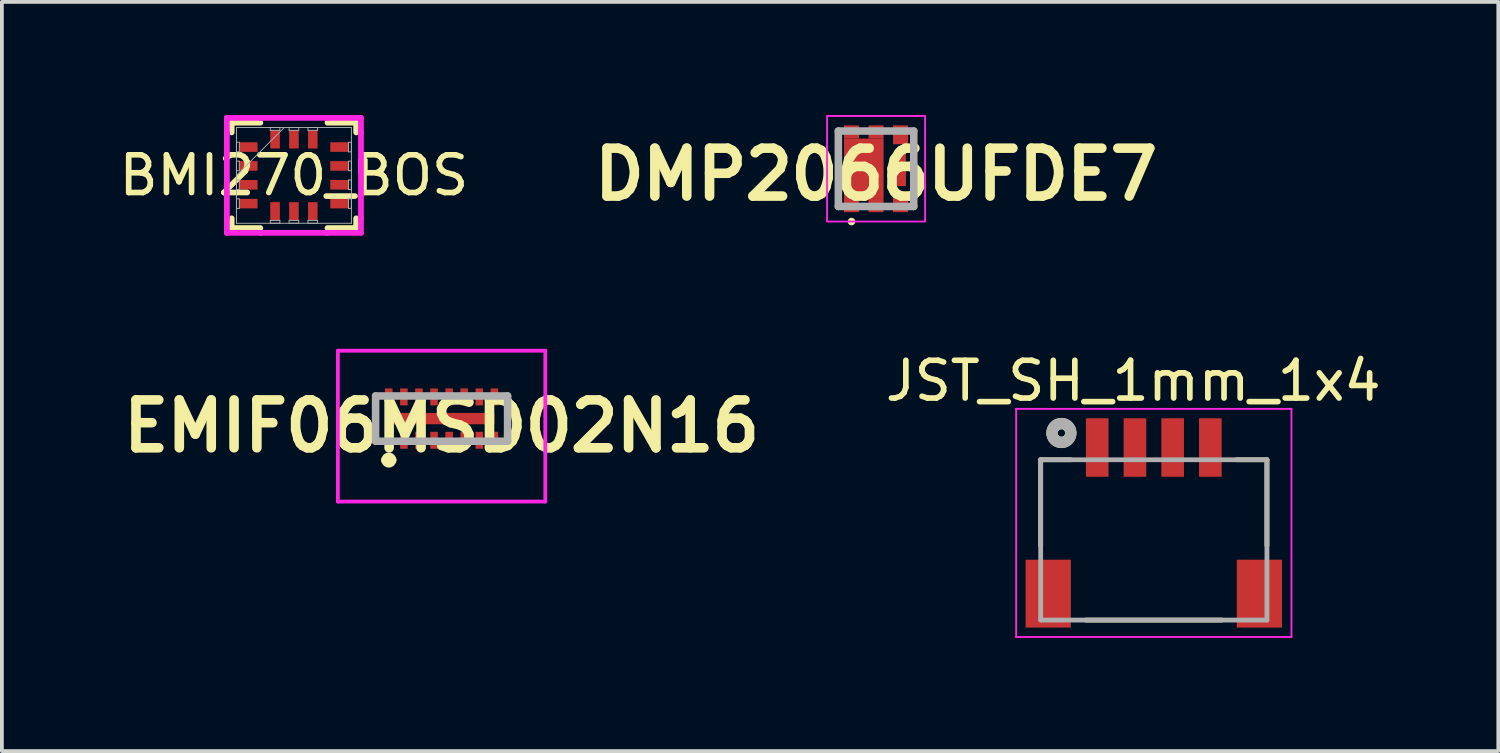
<source format=kicad_pcb>
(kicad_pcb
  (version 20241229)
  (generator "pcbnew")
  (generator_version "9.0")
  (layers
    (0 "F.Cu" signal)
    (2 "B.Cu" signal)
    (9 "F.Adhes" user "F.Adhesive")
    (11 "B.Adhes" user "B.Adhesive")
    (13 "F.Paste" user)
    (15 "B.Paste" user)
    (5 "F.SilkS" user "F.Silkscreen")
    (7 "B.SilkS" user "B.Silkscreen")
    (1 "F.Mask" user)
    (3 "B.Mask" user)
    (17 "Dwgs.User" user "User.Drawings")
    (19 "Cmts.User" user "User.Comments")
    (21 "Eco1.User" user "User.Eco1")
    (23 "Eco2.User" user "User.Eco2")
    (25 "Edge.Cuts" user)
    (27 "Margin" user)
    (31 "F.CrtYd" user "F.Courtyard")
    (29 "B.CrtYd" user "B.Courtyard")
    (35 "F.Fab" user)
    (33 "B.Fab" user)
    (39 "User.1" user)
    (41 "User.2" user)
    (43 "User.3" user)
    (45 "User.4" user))
  (footprint "EMIF06MSD02N16"
    (layer "F.Cu")
    (at 8.66 8.25)
    (property "Reference" "EMIF06MSD02N16" (at 0 0 0) (layer "F.SilkS") (effects (font (size 1.27 1.27) (thickness 0.254))))
    (attr smd)
    (fp_line (start -1.75 -0.8) (end -1.75 0.4) (stroke (width 0.1) (type solid)) (layer "F.SilkS"))
    (fp_line (start -1.5 0.9) (end -1.5 0.9) (stroke (width 0.2) (type solid)) (layer "F.SilkS"))
    (fp_line (start -1.3 0.9) (end -1.3 0.9) (stroke (width 0.2) (type solid)) (layer "F.SilkS"))
    (fp_line (start 1.75 -0.8) (end 1.75 0.4) (stroke (width 0.1) (type solid)) (layer "F.SilkS"))
    (fp_arc (start -1.5 0.9) (mid -1.4 0.8) (end -1.3 0.9) (stroke (width 0.2) (type solid)) (layer "F.SilkS"))
    (fp_arc (start -1.3 0.9) (mid -1.4 1) (end -1.5 0.9) (stroke (width 0.2) (type solid)) (layer "F.SilkS"))
    (fp_line (start -2.75 -2) (end 2.75 -2) (stroke (width 0.1) (type solid)) (layer "F.CrtYd"))
    (fp_line (start -2.75 2) (end -2.75 -2) (stroke (width 0.1) (type solid)) (layer "F.CrtYd"))
    (fp_line (start 2.75 -2) (end 2.75 2) (stroke (width 0.1) (type solid)) (layer "F.CrtYd"))
    (fp_line (start 2.75 2) (end -2.75 2) (stroke (width 0.1) (type solid)) (layer "F.CrtYd"))
    (fp_line (start -1.75 -0.8) (end 1.75 -0.8) (stroke (width 0.2) (type solid)) (layer "F.Fab"))
    (fp_line (start -1.75 0.4) (end -1.75 -0.8) (stroke (width 0.2) (type solid)) (layer "F.Fab"))
    (fp_line (start 1.75 -0.8) (end 1.75 0.4) (stroke (width 0.2) (type solid)) (layer "F.Fab"))
    (fp_line (start 1.75 0.4) (end -1.75 0.4) (stroke (width 0.2) (type solid)) (layer "F.Fab"))
    (pad "1" smd rect (at -1.4 0.375) (size 0.2 0.45) (layers "F.Cu" "F.Mask" "F.Paste"))
    (pad "2" smd rect (at -1 0.375) (size 0.2 0.45) (layers "F.Cu" "F.Mask" "F.Paste"))
    (pad "3" smd rect (at -0.6 0.375) (size 0.2 0.45) (layers "F.Cu" "F.Mask" "F.Paste"))
    (pad "4" smd rect (at -0.2 0.375) (size 0.2 0.45) (layers "F.Cu" "F.Mask" "F.Paste"))
    (pad "5" smd rect (at 0.2 0.375) (size 0.2 0.45) (layers "F.Cu" "F.Mask" "F.Paste"))
    (pad "6" smd rect (at 0.6 0.375) (size 0.2 0.45) (layers "F.Cu" "F.Mask" "F.Paste"))
    (pad "7" smd rect (at 1 0.375) (size 0.2 0.45) (layers "F.Cu" "F.Mask" "F.Paste"))
    (pad "8" smd rect (at 1.4 0.375) (size 0.2 0.45) (layers "F.Cu" "F.Mask" "F.Paste"))
    (pad "9" smd rect (at 1.4 -0.775) (size 0.2 0.45) (layers "F.Cu" "F.Mask" "F.Paste"))
    (pad "10" smd rect (at 1 -0.775) (size 0.2 0.45) (layers "F.Cu" "F.Mask" "F.Paste"))
    (pad "11" smd rect (at 0.6 -0.775) (size 0.2 0.45) (layers "F.Cu" "F.Mask" "F.Paste"))
    (pad "12" smd rect (at 0.2 -0.775) (size 0.2 0.45) (layers "F.Cu" "F.Mask" "F.Paste"))
    (pad "13" smd rect (at -0.2 -0.775) (size 0.2 0.45) (layers "F.Cu" "F.Mask" "F.Paste"))
    (pad "14" smd rect (at -0.6 -0.775) (size 0.2 0.45) (layers "F.Cu" "F.Mask" "F.Paste"))
    (pad "15" smd rect (at -1 -0.775) (size 0.2 0.45) (layers "F.Cu" "F.Mask" "F.Paste"))
    (pad "16" smd rect (at -1.4 -0.775) (size 0.2 0.45) (layers "F.Cu" "F.Mask" "F.Paste"))
    (pad "17" smd rect (at 0 -0.2 90) (size 0.3 2.8) (layers "F.Cu" "F.Mask" "F.Paste")))
  (footprint "BMI270_BOS"
    (layer "F.Cu")
    (at 4.744 1.6)
    (property "Reference" "BMI270_BOS" (at 0 0 0) (unlocked yes) (layer "F.SilkS") (effects (font (size 1 1) (thickness 0.15))))
    (attr smd)
    (fp_line (start -1.651 -1.397) (end -1.651 -1.14) (stroke (width 0.152) (type solid)) (layer "F.SilkS"))
    (fp_line (start -1.651 1.14) (end -1.651 1.397) (stroke (width 0.152) (type solid)) (layer "F.SilkS"))
    (fp_line (start -1.651 1.397) (end -0.89 1.397) (stroke (width 0.152) (type solid)) (layer "F.SilkS"))
    (fp_line (start -0.89 -1.397) (end -1.651 -1.397) (stroke (width 0.152) (type solid)) (layer "F.SilkS"))
    (fp_line (start 0.89 1.397) (end 1.651 1.397) (stroke (width 0.152) (type solid)) (layer "F.SilkS"))
    (fp_line (start 1.651 -1.397) (end 0.89 -1.397) (stroke (width 0.152) (type solid)) (layer "F.SilkS"))
    (fp_line (start 1.651 -1.14) (end 1.651 -1.397) (stroke (width 0.152) (type solid)) (layer "F.SilkS"))
    (fp_line (start 1.651 1.397) (end 1.651 1.14) (stroke (width 0.152) (type solid)) (layer "F.SilkS"))
    (fp_poly (pts (xy 1.956 -0.441) (xy 1.956 -0.059) (xy 1.702 -0.059) (xy 1.702 -0.441)) (stroke (width 0) (type solid)) (fill yes) (layer "F.SilkS"))
    (fp_line (start -1.778 -1.524) (end -0.881 -1.524) (stroke (width 0.152) (type solid)) (layer "F.CrtYd"))
    (fp_line (start -1.778 -1.131) (end -1.778 -1.524) (stroke (width 0.152) (type solid)) (layer "F.CrtYd"))
    (fp_line (start -1.778 -1.131) (end -1.778 -1.131) (stroke (width 0.152) (type solid)) (layer "F.CrtYd"))
    (fp_line (start -1.778 1.131) (end -1.778 -1.131) (stroke (width 0.152) (type solid)) (layer "F.CrtYd"))
    (fp_line (start -1.778 1.131) (end -1.778 1.131) (stroke (width 0.152) (type solid)) (layer "F.CrtYd"))
    (fp_line (start -1.778 1.524) (end -1.778 1.131) (stroke (width 0.152) (type solid)) (layer "F.CrtYd"))
    (fp_line (start -0.881 -1.524) (end -0.881 -1.524) (stroke (width 0.152) (type solid)) (layer "F.CrtYd"))
    (fp_line (start -0.881 -1.524) (end 0.881 -1.524) (stroke (width 0.152) (type solid)) (layer "F.CrtYd"))
    (fp_line (start -0.881 1.524) (end -1.778 1.524) (stroke (width 0.152) (type solid)) (layer "F.CrtYd"))
    (fp_line (start -0.881 1.524) (end -0.881 1.524) (stroke (width 0.152) (type solid)) (layer "F.CrtYd"))
    (fp_line (start 0.881 -1.524) (end 0.881 -1.524) (stroke (width 0.152) (type solid)) (layer "F.CrtYd"))
    (fp_line (start 0.881 -1.524) (end 1.778 -1.524) (stroke (width 0.152) (type solid)) (layer "F.CrtYd"))
    (fp_line (start 0.881 1.524) (end -0.881 1.524) (stroke (width 0.152) (type solid)) (layer "F.CrtYd"))
    (fp_line (start 0.881 1.524) (end 0.881 1.524) (stroke (width 0.152) (type solid)) (layer "F.CrtYd"))
    (fp_line (start 1.778 -1.524) (end 1.778 -1.131) (stroke (width 0.152) (type solid)) (layer "F.CrtYd"))
    (fp_line (start 1.778 -1.131) (end 1.778 -1.131) (stroke (width 0.152) (type solid)) (layer "F.CrtYd"))
    (fp_line (start 1.778 -1.131) (end 1.778 1.131) (stroke (width 0.152) (type solid)) (layer "F.CrtYd"))
    (fp_line (start 1.778 1.131) (end 1.778 1.131) (stroke (width 0.152) (type solid)) (layer "F.CrtYd"))
    (fp_line (start 1.778 1.131) (end 1.778 1.524) (stroke (width 0.152) (type solid)) (layer "F.CrtYd"))
    (fp_line (start 1.778 1.524) (end 0.881 1.524) (stroke (width 0.152) (type solid)) (layer "F.CrtYd"))
    (fp_line (start -1.524 -1.27) (end -1.524 -1.27) (stroke (width 0.025) (type solid)) (layer "F.Fab"))
    (fp_line (start -1.524 -1.27) (end -1.524 1.27) (stroke (width 0.025) (type solid)) (layer "F.Fab"))
    (fp_line (start -1.524 -0.877) (end -1.448 -0.877) (stroke (width 0.025) (type solid)) (layer "F.Fab"))
    (fp_line (start -1.524 -0.623) (end -1.524 -0.877) (stroke (width 0.025) (type solid)) (layer "F.Fab"))
    (fp_line (start -1.524 -0.377) (end -1.448 -0.377) (stroke (width 0.025) (type solid)) (layer "F.Fab"))
    (fp_line (start -1.524 -0.123) (end -1.524 -0.377) (stroke (width 0.025) (type solid)) (layer "F.Fab"))
    (fp_line (start -1.524 0) (end -0.254 -1.27) (stroke (width 0.025) (type solid)) (layer "F.Fab"))
    (fp_line (start -1.524 0.123) (end -1.448 0.123) (stroke (width 0.025) (type solid)) (layer "F.Fab"))
    (fp_line (start -1.524 0.377) (end -1.524 0.123) (stroke (width 0.025) (type solid)) (layer "F.Fab"))
    (fp_line (start -1.524 0.623) (end -1.448 0.623) (stroke (width 0.025) (type solid)) (layer "F.Fab"))
    (fp_line (start -1.524 0.877) (end -1.524 0.623) (stroke (width 0.025) (type solid)) (layer "F.Fab"))
    (fp_line (start -1.524 1.27) (end -1.524 1.27) (stroke (width 0.025) (type solid)) (layer "F.Fab"))
    (fp_line (start -1.524 1.27) (end 1.524 1.27) (stroke (width 0.025) (type solid)) (layer "F.Fab"))
    (fp_line (start -1.448 -0.877) (end -1.448 -0.623) (stroke (width 0.025) (type solid)) (layer "F.Fab"))
    (fp_line (start -1.448 -0.623) (end -1.524 -0.623) (stroke (width 0.025) (type solid)) (layer "F.Fab"))
    (fp_line (start -1.448 -0.377) (end -1.448 -0.123) (stroke (width 0.025) (type solid)) (layer "F.Fab"))
    (fp_line (start -1.448 -0.123) (end -1.524 -0.123) (stroke (width 0.025) (type solid)) (layer "F.Fab"))
    (fp_line (start -1.448 0.123) (end -1.448 0.377) (stroke (width 0.025) (type solid)) (layer "F.Fab"))
    (fp_line (start -1.448 0.377) (end -1.524 0.377) (stroke (width 0.025) (type solid)) (layer "F.Fab"))
    (fp_line (start -1.448 0.623) (end -1.448 0.877) (stroke (width 0.025) (type solid)) (layer "F.Fab"))
    (fp_line (start -1.448 0.877) (end -1.524 0.877) (stroke (width 0.025) (type solid)) (layer "F.Fab"))
    (fp_line (start -0.627 -1.27) (end -0.373 -1.27) (stroke (width 0.025) (type solid)) (layer "F.Fab"))
    (fp_line (start -0.627 -1.194) (end -0.627 -1.27) (stroke (width 0.025) (type solid)) (layer "F.Fab"))
    (fp_line (start -0.627 1.194) (end -0.373 1.194) (stroke (width 0.025) (type solid)) (layer "F.Fab"))
    (fp_line (start -0.627 1.27) (end -0.627 1.194) (stroke (width 0.025) (type solid)) (layer "F.Fab"))
    (fp_line (start -0.373 -1.27) (end -0.373 -1.194) (stroke (width 0.025) (type solid)) (layer "F.Fab"))
    (fp_line (start -0.373 -1.194) (end -0.627 -1.194) (stroke (width 0.025) (type solid)) (layer "F.Fab"))
    (fp_line (start -0.373 1.194) (end -0.373 1.27) (stroke (width 0.025) (type solid)) (layer "F.Fab"))
    (fp_line (start -0.373 1.27) (end -0.627 1.27) (stroke (width 0.025) (type solid)) (layer "F.Fab"))
    (fp_line (start -0.127 -1.27) (end 0.127 -1.27) (stroke (width 0.025) (type solid)) (layer "F.Fab"))
    (fp_line (start -0.127 -1.194) (end -0.127 -1.27) (stroke (width 0.025) (type solid)) (layer "F.Fab"))
    (fp_line (start -0.127 1.194) (end 0.127 1.194) (stroke (width 0.025) (type solid)) (layer "F.Fab"))
    (fp_line (start -0.127 1.27) (end -0.127 1.194) (stroke (width 0.025) (type solid)) (layer "F.Fab"))
    (fp_line (start 0.127 -1.27) (end 0.127 -1.194) (stroke (width 0.025) (type solid)) (layer "F.Fab"))
    (fp_line (start 0.127 -1.194) (end -0.127 -1.194) (stroke (width 0.025) (type solid)) (layer "F.Fab"))
    (fp_line (start 0.127 1.194) (end 0.127 1.27) (stroke (width 0.025) (type solid)) (layer "F.Fab"))
    (fp_line (start 0.127 1.27) (end -0.127 1.27) (stroke (width 0.025) (type solid)) (layer "F.Fab"))
    (fp_line (start 0.373 -1.27) (end 0.627 -1.27) (stroke (width 0.025) (type solid)) (layer "F.Fab"))
    (fp_line (start 0.373 -1.194) (end 0.373 -1.27) (stroke (width 0.025) (type solid)) (layer "F.Fab"))
    (fp_line (start 0.373 1.194) (end 0.627 1.194) (stroke (width 0.025) (type solid)) (layer "F.Fab"))
    (fp_line (start 0.373 1.27) (end 0.373 1.194) (stroke (width 0.025) (type solid)) (layer "F.Fab"))
    (fp_line (start 0.627 -1.27) (end 0.627 -1.194) (stroke (width 0.025) (type solid)) (layer "F.Fab"))
    (fp_line (start 0.627 -1.194) (end 0.373 -1.194) (stroke (width 0.025) (type solid)) (layer "F.Fab"))
    (fp_line (start 0.627 1.194) (end 0.627 1.27) (stroke (width 0.025) (type solid)) (layer "F.Fab"))
    (fp_line (start 0.627 1.27) (end 0.373 1.27) (stroke (width 0.025) (type solid)) (layer "F.Fab"))
    (fp_line (start 1.448 -0.877) (end 1.524 -0.877) (stroke (width 0.025) (type solid)) (layer "F.Fab"))
    (fp_line (start 1.448 -0.623) (end 1.448 -0.877) (stroke (width 0.025) (type solid)) (layer "F.Fab"))
    (fp_line (start 1.448 -0.377) (end 1.524 -0.377) (stroke (width 0.025) (type solid)) (layer "F.Fab"))
    (fp_line (start 1.448 -0.123) (end 1.448 -0.377) (stroke (width 0.025) (type solid)) (layer "F.Fab"))
    (fp_line (start 1.448 0.123) (end 1.524 0.123) (stroke (width 0.025) (type solid)) (layer "F.Fab"))
    (fp_line (start 1.448 0.377) (end 1.448 0.123) (stroke (width 0.025) (type solid)) (layer "F.Fab"))
    (fp_line (start 1.448 0.623) (end 1.524 0.623) (stroke (width 0.025) (type solid)) (layer "F.Fab"))
    (fp_line (start 1.448 0.877) (end 1.448 0.623) (stroke (width 0.025) (type solid)) (layer "F.Fab"))
    (fp_line (start 1.524 -1.27) (end -1.524 -1.27) (stroke (width 0.025) (type solid)) (layer "F.Fab"))
    (fp_line (start 1.524 -1.27) (end 1.524 -1.27) (stroke (width 0.025) (type solid)) (layer "F.Fab"))
    (fp_line (start 1.524 -0.877) (end 1.524 -0.623) (stroke (width 0.025) (type solid)) (layer "F.Fab"))
    (fp_line (start 1.524 -0.623) (end 1.448 -0.623) (stroke (width 0.025) (type solid)) (layer "F.Fab"))
    (fp_line (start 1.524 -0.377) (end 1.524 -0.123) (stroke (width 0.025) (type solid)) (layer "F.Fab"))
    (fp_line (start 1.524 -0.123) (end 1.448 -0.123) (stroke (width 0.025) (type solid)) (layer "F.Fab"))
    (fp_line (start 1.524 0.123) (end 1.524 0.377) (stroke (width 0.025) (type solid)) (layer "F.Fab"))
    (fp_line (start 1.524 0.377) (end 1.448 0.377) (stroke (width 0.025) (type solid)) (layer "F.Fab"))
    (fp_line (start 1.524 0.623) (end 1.524 0.877) (stroke (width 0.025) (type solid)) (layer "F.Fab"))
    (fp_line (start 1.524 0.877) (end 1.448 0.877) (stroke (width 0.025) (type solid)) (layer "F.Fab"))
    (fp_line (start 1.524 1.27) (end 1.524 -1.27) (stroke (width 0.025) (type solid)) (layer "F.Fab"))
    (fp_line (start 1.524 1.27) (end 1.524 1.27) (stroke (width 0.025) (type solid)) (layer "F.Fab"))
    (pad "1" smd rect (at -1.206 -0.75 90) (size 0.254 0.483) (layers "F.Cu" "F.Mask" "F.Paste"))
    (pad "2" smd rect (at -1.206 -0.25 90) (size 0.254 0.483) (layers "F.Cu" "F.Mask" "F.Paste"))
    (pad "3" smd rect (at -1.206 0.25 90) (size 0.254 0.483) (layers "F.Cu" "F.Mask" "F.Paste"))
    (pad "4" smd rect (at -1.206 0.75 90) (size 0.254 0.483) (layers "F.Cu" "F.Mask" "F.Paste"))
    (pad "5" smd rect (at -0.5 0.953) (size 0.254 0.483) (layers "F.Cu" "F.Mask" "F.Paste"))
    (pad "6" smd rect (at 0 0.953) (size 0.254 0.483) (layers "F.Cu" "F.Mask" "F.Paste"))
    (pad "7" smd rect (at 0.5 0.953) (size 0.254 0.483) (layers "F.Cu" "F.Mask" "F.Paste"))
    (pad "8" smd rect (at 1.206 0.75 90) (size 0.254 0.483) (layers "F.Cu" "F.Mask" "F.Paste"))
    (pad "9" smd rect (at 1.206 0.25 90) (size 0.254 0.483) (layers "F.Cu" "F.Mask" "F.Paste"))
    (pad "10" smd rect (at 1.206 -0.25 90) (size 0.254 0.483) (layers "F.Cu" "F.Mask" "F.Paste"))
    (pad "11" smd rect (at 1.206 -0.75 90) (size 0.254 0.483) (layers "F.Cu" "F.Mask" "F.Paste"))
    (pad "12" smd rect (at 0.5 -0.953) (size 0.254 0.483) (layers "F.Cu" "F.Mask" "F.Paste"))
    (pad "13" smd rect (at 0 -0.953) (size 0.254 0.483) (layers "F.Cu" "F.Mask" "F.Paste"))
    (pad "14" smd rect (at -0.5 -0.953) (size 0.254 0.483) (layers "F.Cu" "F.Mask" "F.Paste")))
  (footprint "DMP2066UFDE7"
    (layer "F.Cu")
    (at 20.181 1.425)
    (property "Reference" "DMP2066UFDE7" (at 0 0.15 0) (layer "F.SilkS") (effects (font (size 1.27 1.27) (thickness 0.254))))
    (attr smd)
    (fp_line (start -1 -1) (end -1 1) (stroke (width 0.1) (type solid)) (layer "F.SilkS"))
    (fp_line (start -0.7 1.4) (end -0.7 1.4) (stroke (width 0.1) (type solid)) (layer "F.SilkS"))
    (fp_line (start -0.6 1.4) (end -0.6 1.4) (stroke (width 0.1) (type solid)) (layer "F.SilkS"))
    (fp_line (start 1 -1) (end 1 1) (stroke (width 0.1) (type solid)) (layer "F.SilkS"))
    (fp_arc (start -0.7 1.4) (mid -0.65 1.35) (end -0.6 1.4) (stroke (width 0.1) (type solid)) (layer "F.SilkS"))
    (fp_arc (start -0.6 1.4) (mid -0.65 1.45) (end -0.7 1.4) (stroke (width 0.1) (type solid)) (layer "F.SilkS"))
    (fp_rect (start -1.3 -1.4) (end 1.3 1.4) (stroke (width 0.05) (type default)) (fill no) (layer "F.CrtYd"))
    (fp_line (start -1 -1) (end 1 -1) (stroke (width 0.2) (type solid)) (layer "F.Fab"))
    (fp_line (start -1 1) (end -1 -1) (stroke (width 0.2) (type solid)) (layer "F.Fab"))
    (fp_line (start 1 -1) (end 1 1) (stroke (width 0.2) (type solid)) (layer "F.Fab"))
    (fp_line (start 1 1) (end -1 1) (stroke (width 0.2) (type solid)) (layer "F.Fab"))
    (pad "1" smd rect (at -0.65 0.975 90) (size 0.35 0.4) (layers "F.Cu" "F.Mask" "F.Paste"))
    (pad "2" smd rect (at 0 0.975 90) (size 0.35 0.4) (layers "F.Cu" "F.Mask" "F.Paste"))
    (pad "3" smd rect (at 0.65 0.9) (size 0.4 0.5) (layers "F.Cu" "F.Mask" "F.Paste"))
    (pad "4" smd rect (at 0.65 -0.9) (size 0.4 0.5) (layers "F.Cu" "F.Mask" "F.Paste"))
    (pad "5" smd rect (at 0 -0.975 90) (size 0.35 0.4) (layers "F.Cu" "F.Mask" "F.Paste"))
    (pad "6" smd rect (at -0.65 -0.975 90) (size 0.35 0.4) (layers "F.Cu" "F.Mask" "F.Paste"))
    (pad "7" smd rect (at 0.65 0) (size 0.285 0.92) (layers "F.Cu" "F.Mask" "F.Paste"))
    (pad "8" smd rect (at -0.325 0) (size 1.05 1.6) (layers "F.Cu" "F.Mask" "F.Paste")))
  (footprint "JST_SH_1mm_1x4"
    (layer "F.Cu")
    (at 27.546 8.817)
    (property "Reference" "JST_SH_1mm_1x4" (at -0.545 -1.768 0) (layer "F.SilkS") (effects (font (size 1.001 1.001) (thickness 0.15))))
    (attr smd)
    (fp_line (start -3 0.325) (end -3 2.6) (stroke (width 0.127) (type solid)) (layer "F.SilkS"))
    (fp_line (start -2.2 0.325) (end -3 0.325) (stroke (width 0.127) (type solid)) (layer "F.SilkS"))
    (fp_line (start -1.8 4.575) (end 1.8 4.575) (stroke (width 0.127) (type solid)) (layer "F.SilkS"))
    (fp_line (start 2.2 0.325) (end 3 0.325) (stroke (width 0.127) (type solid)) (layer "F.SilkS"))
    (fp_line (start 3 0.325) (end 3 2.6) (stroke (width 0.127) (type solid)) (layer "F.SilkS"))
    (fp_circle (center -2.45 -0.385) (end -2.35 -0.385) (stroke (width 0.3) (type solid)) (fill no) (layer "F.SilkS"))
    (fp_line (start -3.65 -1.025) (end 3.65 -1.025) (stroke (width 0.05) (type solid)) (layer "F.CrtYd"))
    (fp_line (start -3.65 5.025) (end -3.65 -1.025) (stroke (width 0.05) (type solid)) (layer "F.CrtYd"))
    (fp_line (start 3.65 -1.025) (end 3.65 5.025) (stroke (width 0.05) (type solid)) (layer "F.CrtYd"))
    (fp_line (start 3.65 5.025) (end -3.65 5.025) (stroke (width 0.05) (type solid)) (layer "F.CrtYd"))
    (fp_line (start -3 0.325) (end 3 0.325) (stroke (width 0.127) (type solid)) (layer "F.Fab"))
    (fp_line (start -3 4.575) (end -3 0.325) (stroke (width 0.127) (type solid)) (layer "F.Fab"))
    (fp_line (start 3 0.325) (end 3 4.575) (stroke (width 0.127) (type solid)) (layer "F.Fab"))
    (fp_line (start 3 4.575) (end -3 4.575) (stroke (width 0.127) (type solid)) (layer "F.Fab"))
    (fp_circle (center -2.45 -0.385) (end -2.35 -0.385) (stroke (width 0.3) (type solid)) (fill no) (layer "F.Fab"))
    (pad "1" smd rect (at -1.5 0) (size 0.6 1.55) (layers "F.Cu" "F.Mask" "F.Paste"))
    (pad "2" smd rect (at -0.5 0) (size 0.6 1.55) (layers "F.Cu" "F.Mask" "F.Paste"))
    (pad "3" smd rect (at 0.5 0) (size 0.6 1.55) (layers "F.Cu" "F.Mask" "F.Paste"))
    (pad "4" smd rect (at 1.5 0) (size 0.6 1.55) (layers "F.Cu" "F.Mask" "F.Paste"))
    (pad "S1" smd rect (at -2.8 3.875 180) (size 1.2 1.8) (layers "F.Cu" "F.Mask" "F.Paste"))
    (pad "S2" smd rect (at 2.8 3.875 180) (size 1.2 1.8) (layers "F.Cu" "F.Mask" "F.Paste")))
  (gr_rect
    (start -3 -3)
    (end 36.681 16.867)
    (stroke (width 0.1) (type default))
    (fill no)
    (layer "Edge.Cuts")))
</source>
